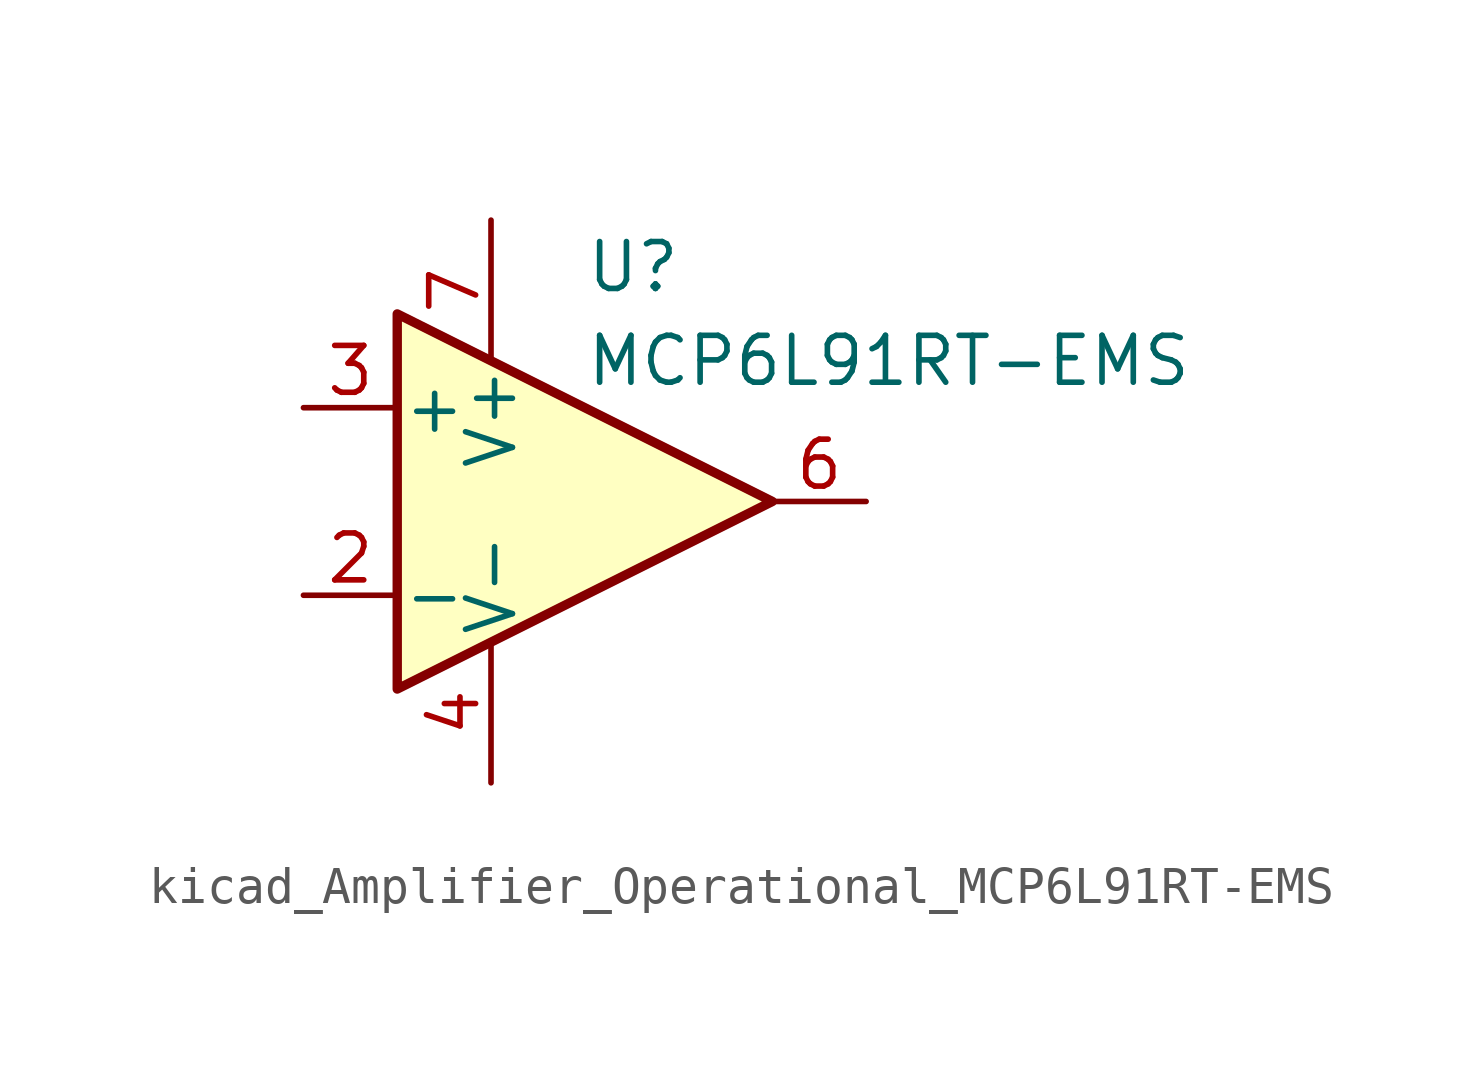
<source format=kicad_sym>
(kicad_symbol_lib
  (version 20220914)
  (generator kicad_symbol_editor)
  (symbol "kicad_Amplifier_Operational_MCP6L91RT-EMS"
    (pin_names
      (offset 0.127))
    (property "Reference" "U"
      (at 0 6.35 0)
      (effects (font (size 1.27 1.27)) (justify left)))
    (property "Value" "MCP6L91RT-EMS"
      (at 0 3.81 0)
      (effects (font (size 1.27 1.27)) (justify left)))
    (symbol "kicad_Amplifier_Operational_MCP6L91RT-EMS_0_1"
      (polyline (pts (xy -5.08 5.08) (xy 5.08 0) (xy -5.08 -5.08) (xy -5.08 5.08)) (stroke (width 0.254) (type default)) (fill (type background))))
    (symbol "kicad_Amplifier_Operational_MCP6L91RT-EMS_1_1"
      (pin no_connect line (at -2.54 2.54 270) (length 2.54) hide (name "NC" (effects (font (size 1.27 1.27)))) (number "1" (effects (font (size 1.27 1.27)))))
      (pin input line (at -7.62 -2.54 0) (length 2.54) (name "-" (effects (font (size 1.27 1.27)))) (number "2" (effects (font (size 1.27 1.27)))))
      (pin input line (at -7.62 2.54 0) (length 2.54) (name "+" (effects (font (size 1.27 1.27)))) (number "3" (effects (font (size 1.27 1.27)))))
      (pin power_in line (at -2.54 -7.62 90) (length 3.81) (name "V-" (effects (font (size 1.27 1.27)))) (number "4" (effects (font (size 1.27 1.27)))))
      (pin no_connect line (at 0 2.54 270) (length 2.54) hide (name "NC" (effects (font (size 1.27 1.27)))) (number "5" (effects (font (size 1.27 1.27)))))
      (pin output line (at 7.62 0 180) (length 2.54) (name "~" (effects (font (size 1.27 1.27)))) (number "6" (effects (font (size 1.27 1.27)))))
      (pin power_in line (at -2.54 7.62 270) (length 3.81) (name "V+" (effects (font (size 1.27 1.27)))) (number "7" (effects (font (size 1.27 1.27)))))
      (pin no_connect line (at 0 -2.54 90) (length 2.54) hide (name "NC" (effects (font (size 1.27 1.27)))) (number "8" (effects (font (size 1.27 1.27))))))))
</source>
